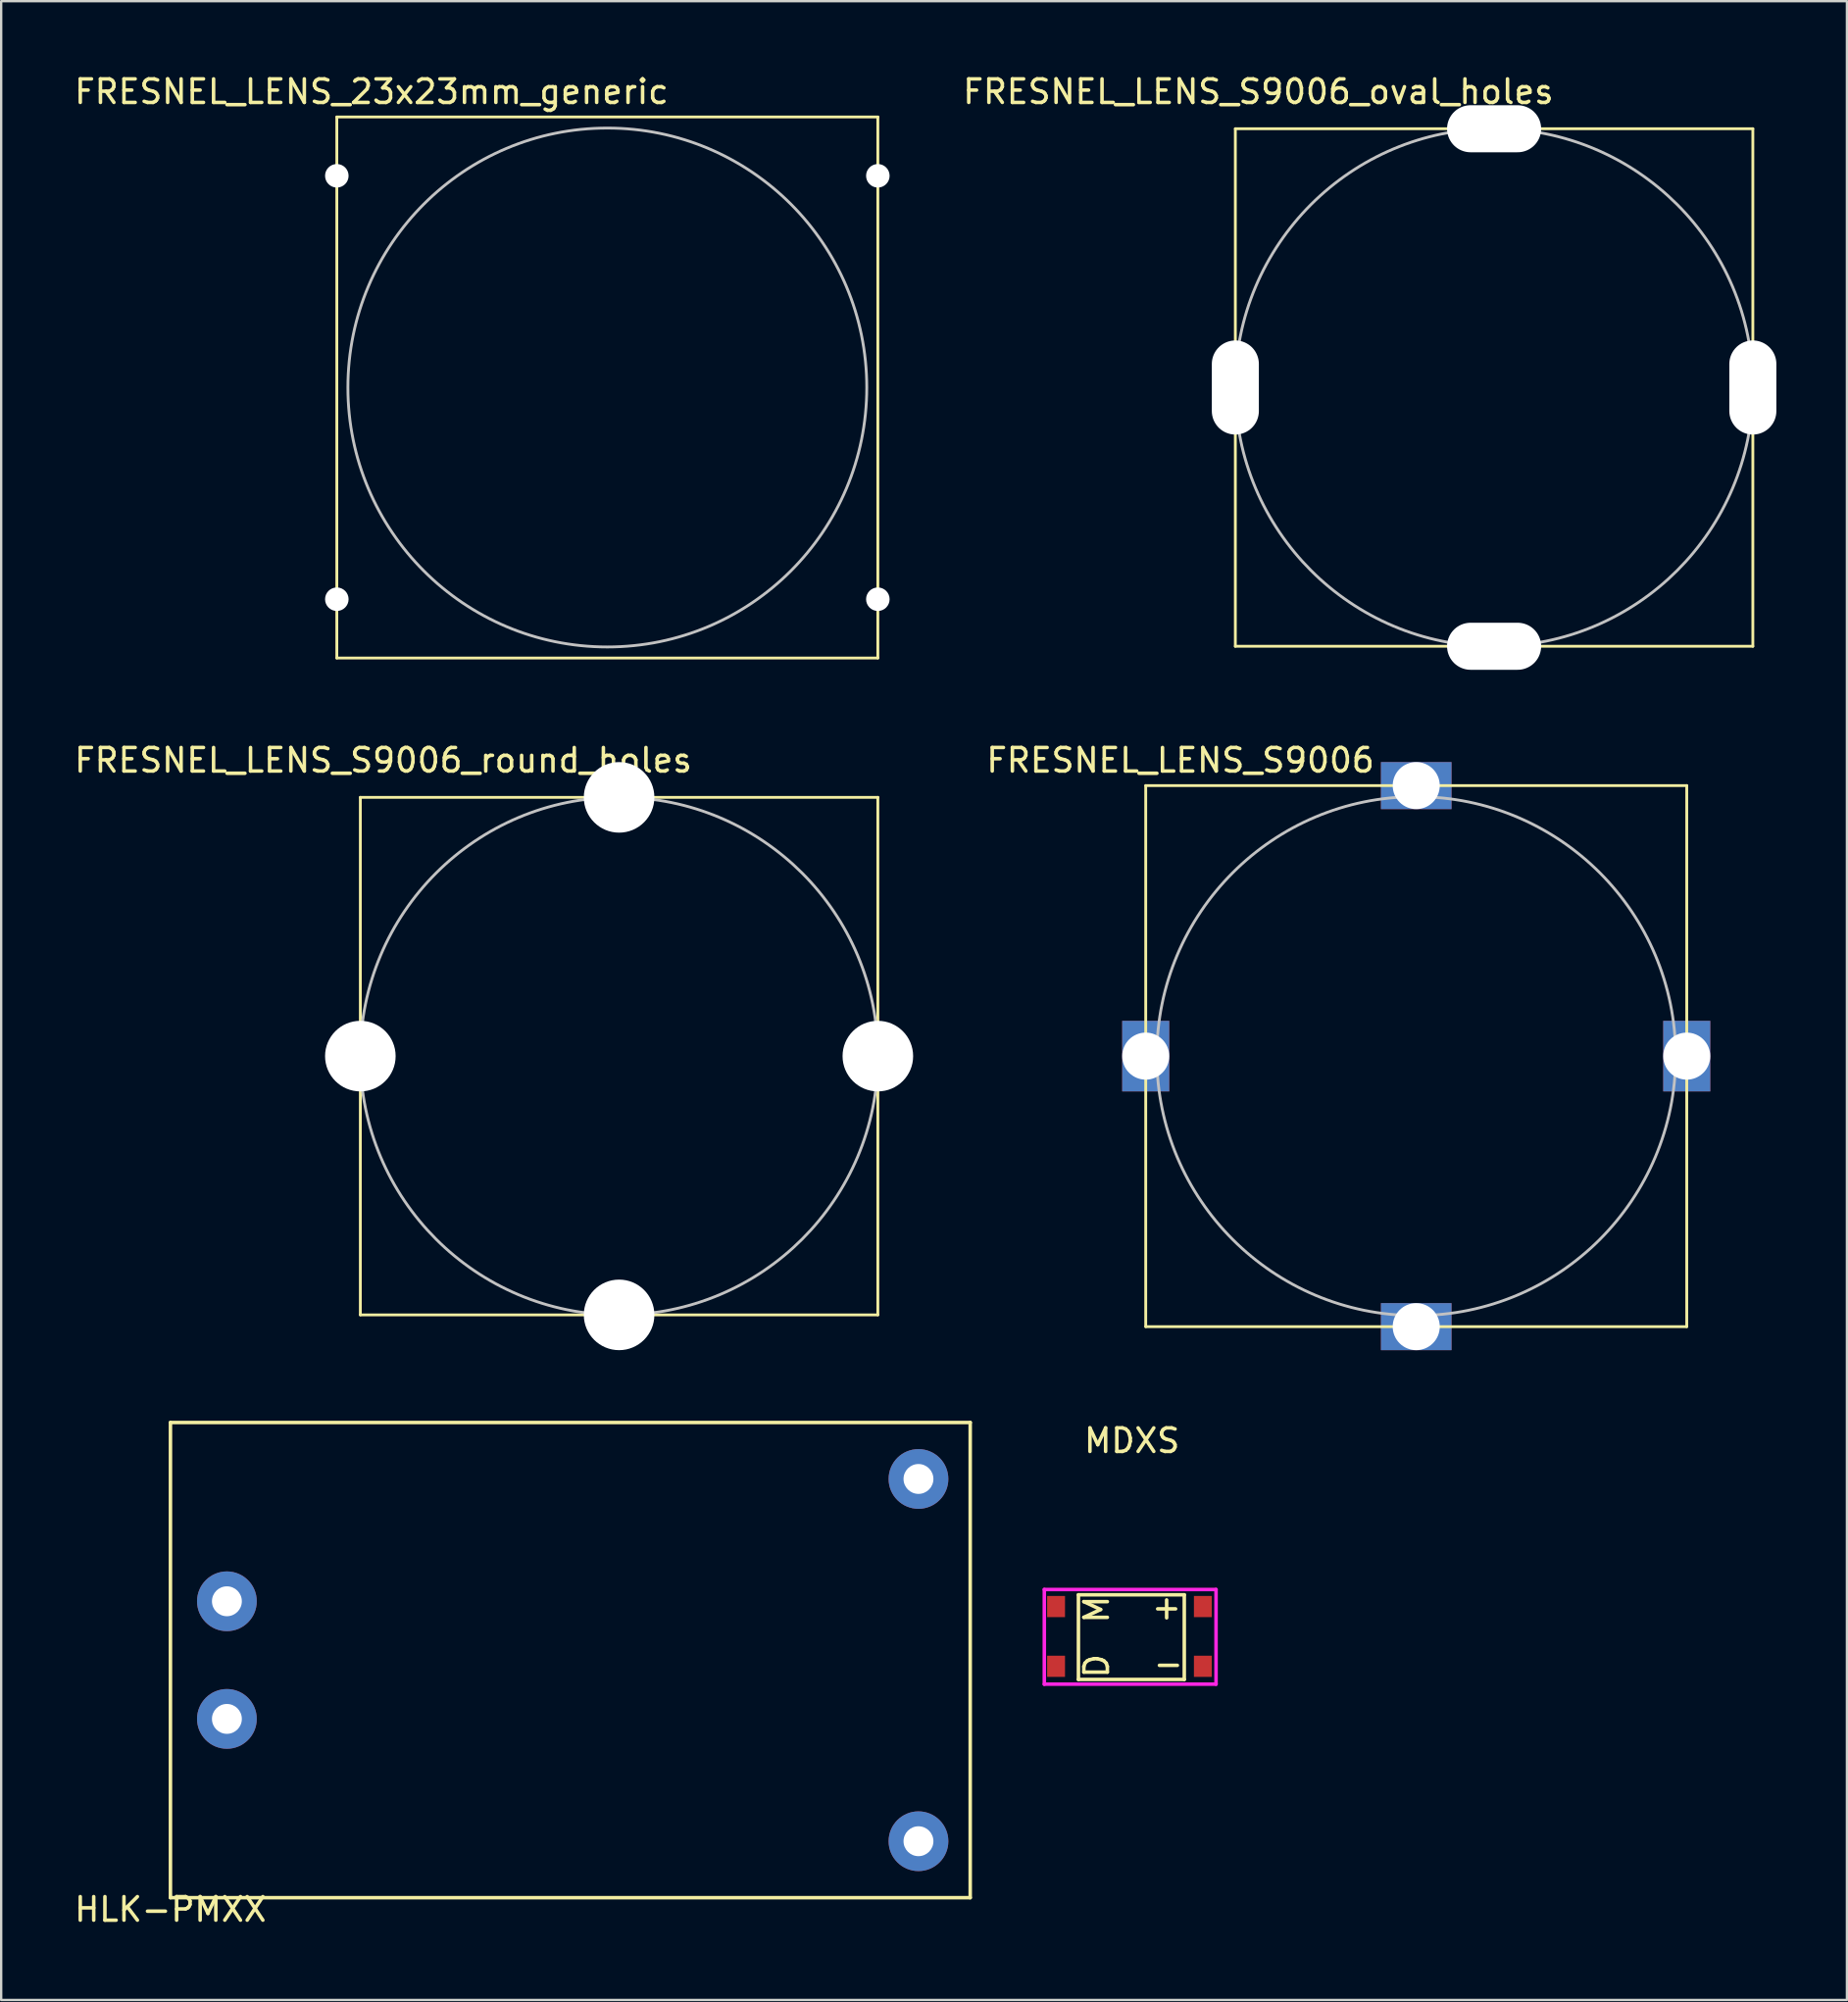
<source format=kicad_pcb>
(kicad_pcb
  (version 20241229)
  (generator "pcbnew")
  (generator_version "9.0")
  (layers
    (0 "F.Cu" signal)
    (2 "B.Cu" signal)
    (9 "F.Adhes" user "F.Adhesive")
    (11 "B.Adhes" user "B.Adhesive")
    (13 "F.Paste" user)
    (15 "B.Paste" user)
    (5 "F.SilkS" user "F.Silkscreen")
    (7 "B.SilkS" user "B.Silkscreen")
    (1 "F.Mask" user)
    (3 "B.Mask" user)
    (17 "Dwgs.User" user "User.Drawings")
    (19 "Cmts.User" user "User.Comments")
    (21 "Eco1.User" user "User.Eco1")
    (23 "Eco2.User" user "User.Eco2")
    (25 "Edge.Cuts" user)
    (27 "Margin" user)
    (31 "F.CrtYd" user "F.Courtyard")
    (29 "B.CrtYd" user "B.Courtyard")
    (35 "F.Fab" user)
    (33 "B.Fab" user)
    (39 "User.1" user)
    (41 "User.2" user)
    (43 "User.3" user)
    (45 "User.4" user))
  (footprint "HLK-PMXX"
    (layer "F.Cu")
    (at 4.196 77.621)
    (property "Reference" "HLK-PMXX" (at 0 0.5 0) (layer "F.SilkS") (effects (font (size 1 1) (thickness 0.15))))
    (attr through_hole)
    (fp_line (start 0 -20.2) (end 0 0) (stroke (width 0.15) (type solid)) (layer "F.SilkS"))
    (fp_line (start 0 0) (end 34 0) (stroke (width 0.15) (type solid)) (layer "F.SilkS"))
    (fp_line (start 34 -20.2) (end 0 -20.2) (stroke (width 0.15) (type solid)) (layer "F.SilkS"))
    (fp_line (start 34 0) (end 34 -20.2) (stroke (width 0.15) (type solid)) (layer "F.SilkS"))
    (pad "1" thru_hole circle (at 2.4 -12.6) (size 2.54 2.54) (drill 1.27) (layers "*.Cu" "*.Mask"))
    (pad "2" thru_hole circle (at 2.4 -7.6) (size 2.54 2.54) (drill 1.27) (layers "*.Cu" "*.Mask"))
    (pad "3" thru_hole circle (at 31.8 -17.8) (size 2.54 2.54) (drill 1.27) (layers "*.Cu" "*.Mask"))
    (pad "4" thru_hole circle (at 31.8 -2.4) (size 2.54 2.54) (drill 1.27) (layers "*.Cu" "*.Mask")))
  (footprint "FRESNEL_LENS_S9006"
    (layer "F.Cu")
    (at 57.157 41.846)
    (property "Reference" "FRESNEL_LENS_S9006" (at -10.025 -12.575 180) (layer "F.SilkS") (effects (font (size 1 1) (thickness 0.15))))
    (attr exclude_from_pos_files exclude_from_bom)
    (fp_line (start -11.5 -11.5) (end -11.5 11.5) (stroke (width 0.12) (type solid)) (layer "F.SilkS"))
    (fp_line (start -11.5 -11.5) (end 11.5 -11.5) (stroke (width 0.12) (type solid)) (layer "F.SilkS"))
    (fp_line (start -11.5 11.5) (end 11.5 11.5) (stroke (width 0.12) (type solid)) (layer "F.SilkS"))
    (fp_line (start 11.5 -11.5) (end 11.5 11.5) (stroke (width 0.12) (type solid)) (layer "F.SilkS"))
    (fp_circle (center 0 0) (end 11.025 0.3) (stroke (width 0.12) (type solid)) (fill no) (layer "Dwgs.User"))
    (pad "" np_thru_hole rect (at -11.5 0) (size 2 3) (drill 2) (layers "*.Cu" "*.Mask"))
    (pad "" np_thru_hole rect (at 0 -11.5 90) (size 2 3) (drill 2) (layers "*.Cu" "*.Mask"))
    (pad "" np_thru_hole rect (at 0 11.5 90) (size 2 3) (drill 2) (layers "*.Cu" "*.Mask"))
    (pad "" np_thru_hole rect (at 11.5 0) (size 2 3) (drill 2) (layers "*.Cu" "*.Mask")))
  (footprint "FRESNEL_LENS_23x23mm_generic"
    (layer "F.Cu")
    (at 11.269 1.923)
    (property "Reference" "FRESNEL_LENS_23x23mm_generic" (at 1.475 -1.075 180) (layer "F.SilkS") (effects (font (size 1 1) (thickness 0.15))))
    (attr exclude_from_pos_files exclude_from_bom)
    (fp_line (start 0 0) (end 0 23) (stroke (width 0.12) (type solid)) (layer "F.SilkS"))
    (fp_line (start 0 0) (end 23 0) (stroke (width 0.12) (type solid)) (layer "F.SilkS"))
    (fp_line (start 0 23) (end 23 23) (stroke (width 0.12) (type solid)) (layer "F.SilkS"))
    (fp_line (start 23 0) (end 23 23) (stroke (width 0.12) (type solid)) (layer "F.SilkS"))
    (fp_circle (center 11.5 11.5) (end 22.525 11.8) (stroke (width 0.12) (type solid)) (fill no) (layer "Dwgs.User"))
    (pad "" np_thru_hole circle (at 0 2.5) (size 1 1) (drill 1) (layers "*.Cu" "*.Mask"))
    (pad "" np_thru_hole circle (at 0 20.5) (size 1 1) (drill 1) (layers "*.Cu" "*.Mask"))
    (pad "" np_thru_hole circle (at 23 2.5) (size 1 1) (drill 1) (layers "*.Cu" "*.Mask"))
    (pad "" np_thru_hole circle (at 23 20.5) (size 1 1) (drill 1) (layers "*.Cu" "*.Mask")))
  (footprint "MDXS"
    (layer "F.Cu")
    (at 41.846 65.245)
    (property "Reference" "MDXS" (at 3.225 -7.05 0) (layer "F.SilkS") (effects (font (size 1 1) (thickness 0.15))))
    (attr through_hole)
    (fp_line (start 0.95 -0.5) (end 5.45 -0.5) (stroke (width 0.15) (type solid)) (layer "F.SilkS"))
    (fp_line (start 0.95 3.1) (end 0.95 -0.5) (stroke (width 0.15) (type solid)) (layer "F.SilkS"))
    (fp_line (start 5.45 -0.5) (end 5.45 3.1) (stroke (width 0.15) (type solid)) (layer "F.SilkS"))
    (fp_line (start 5.45 3.1) (end 0.95 3.1) (stroke (width 0.15) (type solid)) (layer "F.SilkS"))
    (fp_line (start -0.5 -0.725) (end 6.8 -0.725) (stroke (width 0.15) (type solid)) (layer "F.CrtYd"))
    (fp_line (start -0.5 3.3) (end -0.5 -0.725) (stroke (width 0.15) (type solid)) (layer "F.CrtYd"))
    (fp_line (start 6.8 -0.725) (end 6.8 3.3) (stroke (width 0.15) (type solid)) (layer "F.CrtYd"))
    (fp_line (start 6.8 3.3) (end -0.5 3.3) (stroke (width 0.15) (type solid)) (layer "F.CrtYd"))
    (fp_text user "-" (at 4.775 2.425 0) (layer "F.SilkS") (effects (font (size 1 1) (thickness 0.15))))
    (fp_text user "D" (at 1.725 2.525 90) (layer "F.SilkS") (effects (font (size 1 1) (thickness 0.15))))
    (fp_text user "+" (at 4.7 0.025 0) (layer "F.SilkS") (effects (font (size 1 1) (thickness 0.15))))
    (fp_text user "M" (at 1.725 0.125 90) (layer "F.SilkS") (effects (font (size 1 1) (thickness 0.15))))
    (pad "1" smd rect (at 6.24 2.54) (size 0.76 0.9) (layers "F.Cu" "F.Mask" "F.Paste"))
    (pad "2" smd rect (at 0 2.54) (size 0.76 0.9) (layers "F.Cu" "F.Mask" "F.Paste"))
    (pad "3" smd rect (at 0 0) (size 0.76 0.9) (layers "F.Cu" "F.Mask" "F.Paste"))
    (pad "4" smd rect (at 6.24 0) (size 0.76 0.9) (layers "F.Cu" "F.Mask" "F.Paste")))
  (footprint "FRESNEL_LENS_S9006_round_holes"
    (layer "F.Cu")
    (at 23.269 41.846)
    (property "Reference" "FRESNEL_LENS_S9006_round_holes" (at -10.025 -12.575 180) (layer "F.SilkS") (effects (font (size 1 1) (thickness 0.15))))
    (attr exclude_from_pos_files exclude_from_bom)
    (fp_line (start -11 -11) (end -11 11) (stroke (width 0.12) (type solid)) (layer "F.SilkS"))
    (fp_line (start -11 -11) (end 11 -11) (stroke (width 0.12) (type solid)) (layer "F.SilkS"))
    (fp_line (start -11 11) (end 11 11) (stroke (width 0.12) (type solid)) (layer "F.SilkS"))
    (fp_line (start 11 -11) (end 11 11) (stroke (width 0.12) (type solid)) (layer "F.SilkS"))
    (fp_circle (center 0 0) (end 11 0.3) (stroke (width 0.12) (type solid)) (fill no) (layer "Dwgs.User"))
    (pad "" np_thru_hole circle (at -11 0) (size 3 3) (drill 3) (layers "*.Cu" "*.Mask"))
    (pad "" np_thru_hole circle (at 0 -11 90) (size 3 3) (drill 3) (layers "*.Cu" "*.Mask"))
    (pad "" np_thru_hole circle (at 0 11 90) (size 3 3) (drill 3) (layers "*.Cu" "*.Mask"))
    (pad "" np_thru_hole circle (at 11 0) (size 3 3) (drill 3) (layers "*.Cu" "*.Mask")))
  (footprint "FRESNEL_LENS_S9006_oval_holes"
    (layer "F.Cu")
    (at 60.467 13.423)
    (property "Reference" "FRESNEL_LENS_S9006_oval_holes" (at -10.025 -12.575 180) (layer "F.SilkS") (effects (font (size 1 1) (thickness 0.15))))
    (attr exclude_from_pos_files exclude_from_bom)
    (fp_line (start -11 -11) (end -11 11) (stroke (width 0.12) (type solid)) (layer "F.SilkS"))
    (fp_line (start -11 -11) (end 11 -11) (stroke (width 0.12) (type solid)) (layer "F.SilkS"))
    (fp_line (start -11 11) (end 11 11) (stroke (width 0.12) (type solid)) (layer "F.SilkS"))
    (fp_line (start 11 -11) (end 11 11) (stroke (width 0.12) (type solid)) (layer "F.SilkS"))
    (fp_circle (center 0 0) (end 11 0.3) (stroke (width 0.12) (type solid)) (fill no) (layer "Dwgs.User"))
    (pad "" np_thru_hole oval (at -11 0) (size 2 4) (drill oval 2 4) (layers "*.Cu" "*.Mask"))
    (pad "" np_thru_hole oval (at 0 -11) (size 4 2) (drill oval 4 2) (layers "*.Cu" "*.Mask"))
    (pad "" np_thru_hole oval (at 0 11) (size 4 2) (drill oval 4 2) (layers "*.Cu" "*.Mask"))
    (pad "" np_thru_hole oval (at 11 0) (size 2 4) (drill oval 2 4) (layers "*.Cu" "*.Mask")))
  (gr_rect
    (start -3 -3)
    (end 75.467 81.97)
    (stroke (width 0.1) (type default))
    (fill no)
    (layer "Edge.Cuts")))
</source>
